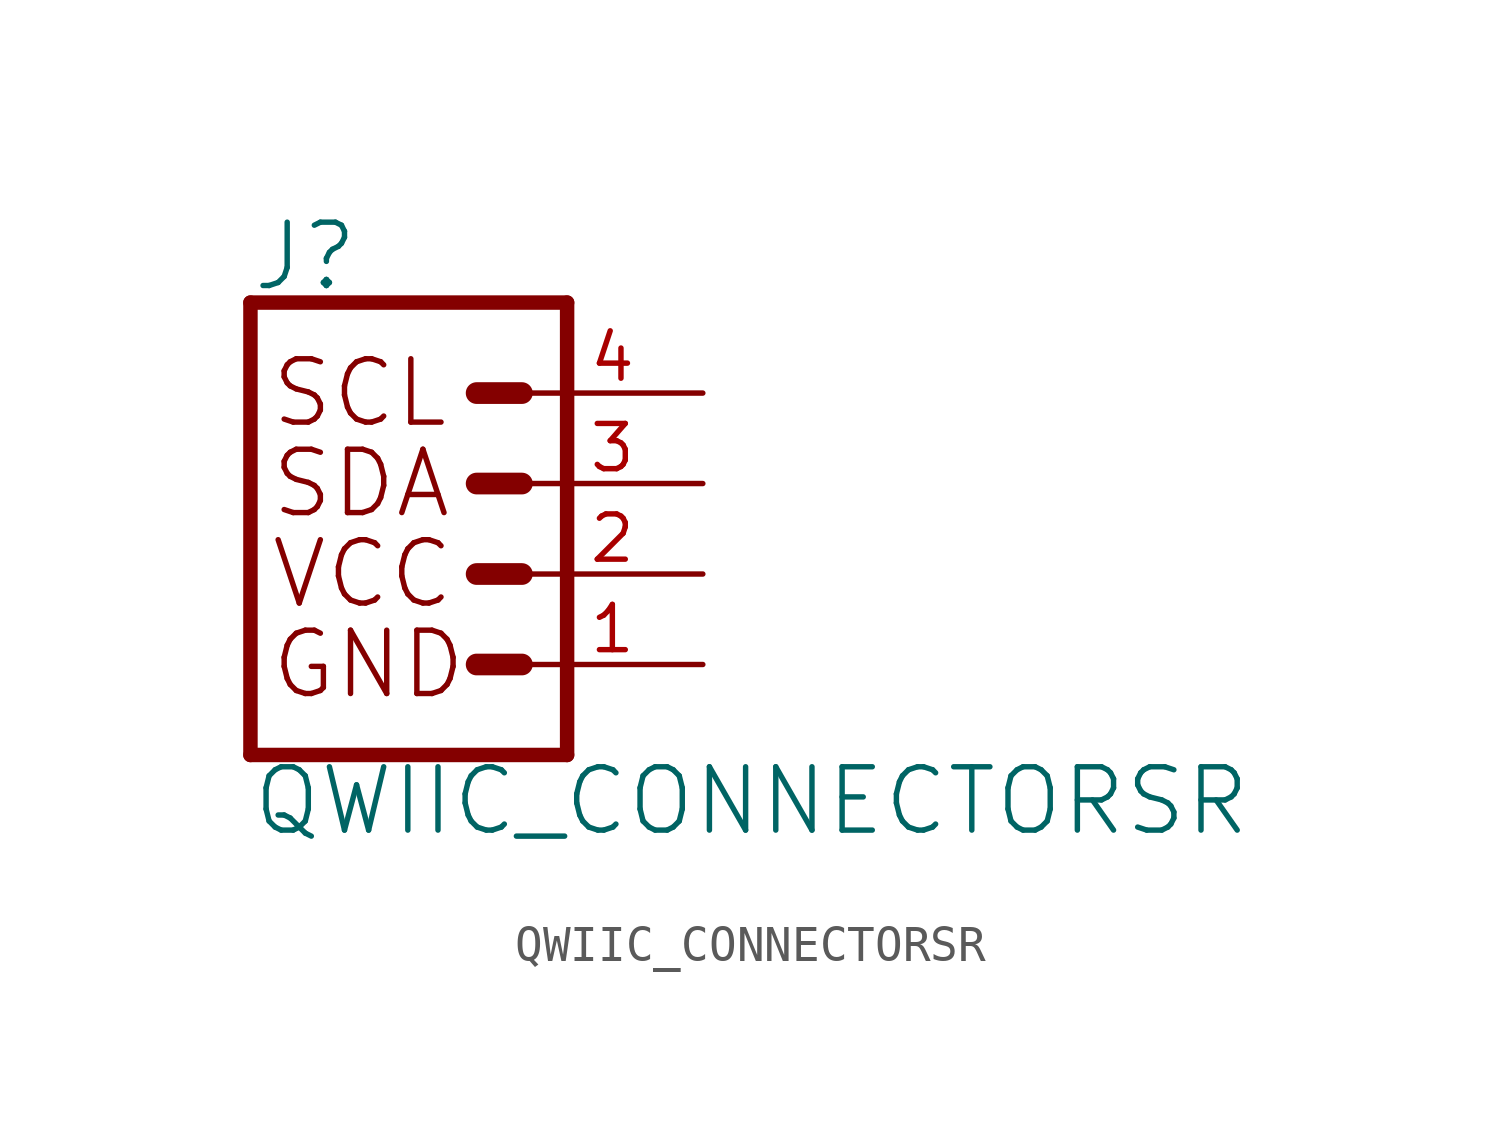
<source format=kicad_sym>
(kicad_symbol_lib
  (version 20211014)
  (generator kicad_symbol_editor)
  (symbol "QWIIC_CONNECTORSR"
    (property "Reference" "J"
      (at -5.08 7.874 0)
      (effects (font (size 1.778 1.778)) (justify left bottom)))
    (property "Value" "QWIIC_CONNECTORSR"
      (at -5.08 -5.334 0)
      (effects (font (size 1.778 1.778)) (justify left top)))
    (property "ki_locked" ""
      (at 0 0 0)
      (effects (font (size 1.27 1.27))))
    (symbol "QWIIC_CONNECTORSR_1_0"
      (polyline (pts (xy -5.08 7.62) (xy -5.08 -5.08)) (stroke (width 0.406) (type default) (color 0 0 0 0)) (fill (type none)))
      (polyline (pts (xy -5.08 7.62) (xy 3.81 7.62)) (stroke (width 0.406) (type default) (color 0 0 0 0)) (fill (type none)))
      (polyline (pts (xy 1.27 -2.54) (xy 2.54 -2.54)) (stroke (width 0.61) (type default) (color 0 0 0 0)) (fill (type none)))
      (polyline (pts (xy 1.27 0) (xy 2.54 0)) (stroke (width 0.61) (type default) (color 0 0 0 0)) (fill (type none)))
      (polyline (pts (xy 1.27 2.54) (xy 2.54 2.54)) (stroke (width 0.61) (type default) (color 0 0 0 0)) (fill (type none)))
      (polyline (pts (xy 1.27 5.08) (xy 2.54 5.08)) (stroke (width 0.61) (type default) (color 0 0 0 0)) (fill (type none)))
      (polyline (pts (xy 3.81 -5.08) (xy -5.08 -5.08)) (stroke (width 0.406) (type default) (color 0 0 0 0)) (fill (type none)))
      (polyline (pts (xy 3.81 -5.08) (xy 3.81 7.62)) (stroke (width 0.406) (type default) (color 0 0 0 0)) (fill (type none)))
      (text "GND" (at -4.572 -2.54 0) (effects (font (size 1.778 1.778)) (justify left)))
      (text "SCL" (at -4.572 5.08 0) (effects (font (size 1.778 1.778)) (justify left)))
      (text "SDA" (at -4.572 2.54 0) (effects (font (size 1.778 1.778)) (justify left)))
      (text "VCC" (at -4.572 0 0) (effects (font (size 1.778 1.778)) (justify left)))
      (pin power_in line (at 7.62 -2.54 180) (length 5.08) (name "1" (effects (font (size 0 0)))) (number "1" (effects (font (size 1.27 1.27)))))
      (pin power_in line (at 7.62 0 180) (length 5.08) (name "2" (effects (font (size 0 0)))) (number "2" (effects (font (size 1.27 1.27)))))
      (pin passive line (at 7.62 2.54 180) (length 5.08) (name "3" (effects (font (size 0 0)))) (number "3" (effects (font (size 1.27 1.27)))))
      (pin passive line (at 7.62 5.08 180) (length 5.08) (name "4" (effects (font (size 0 0)))) (number "4" (effects (font (size 1.27 1.27))))))))
</source>
